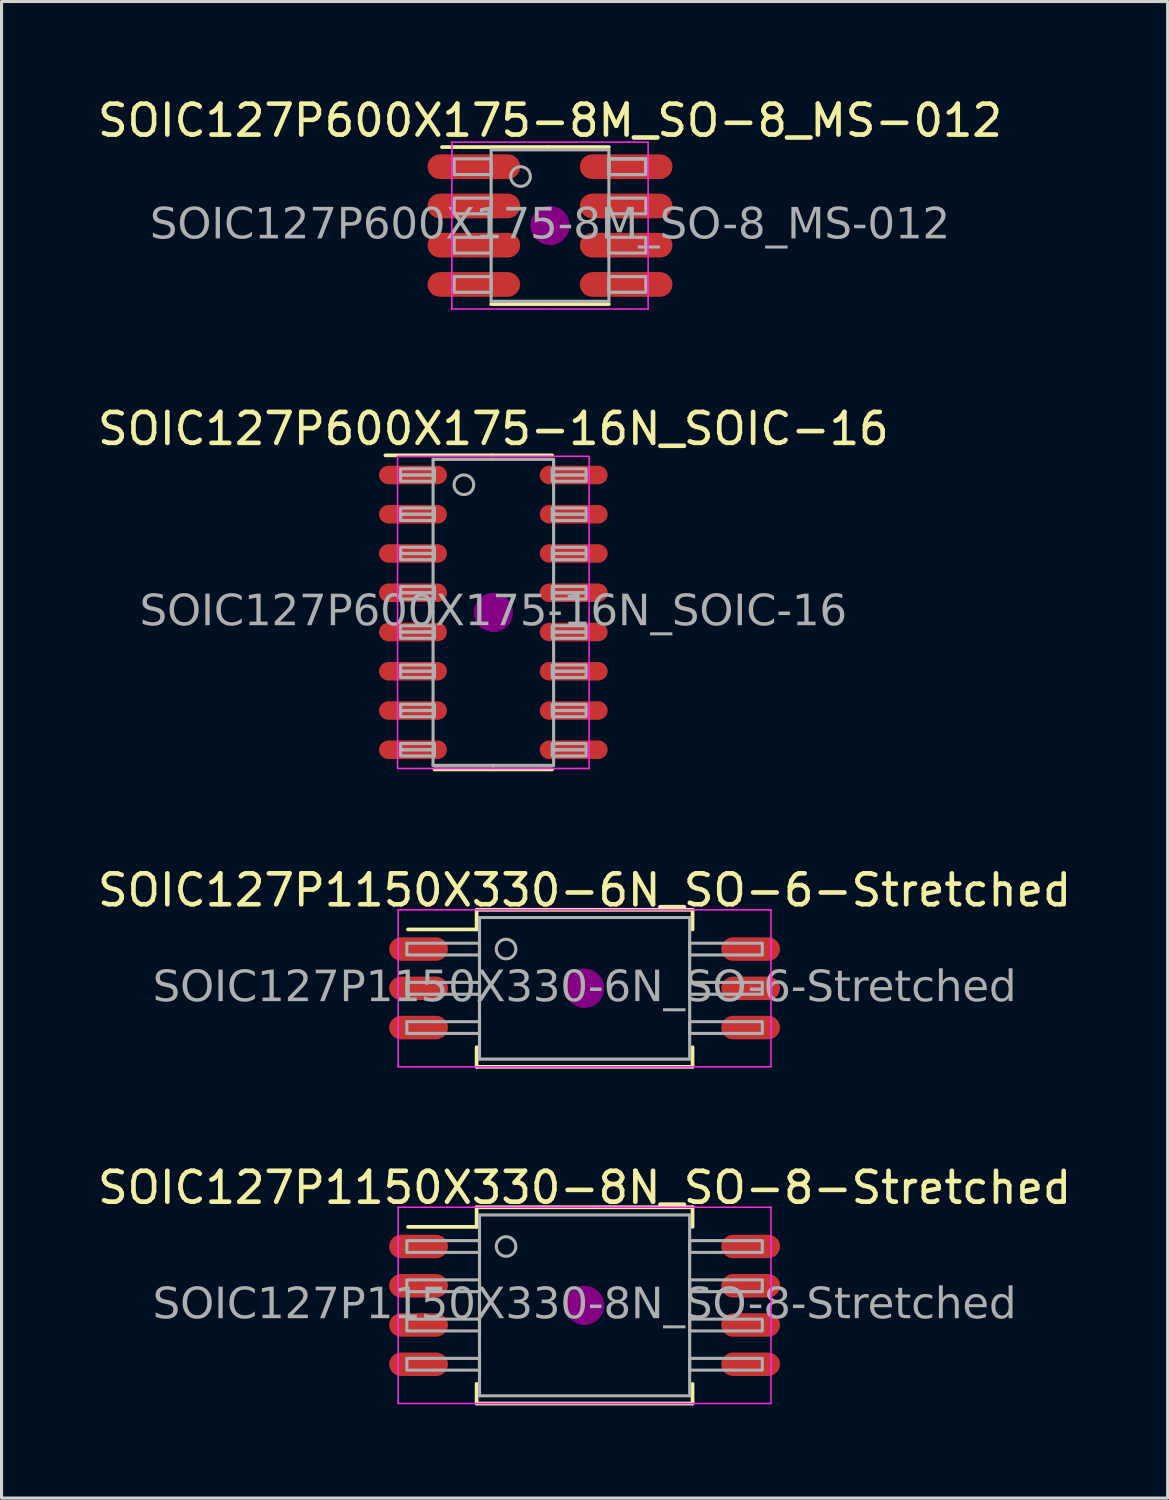
<source format=kicad_pcb>
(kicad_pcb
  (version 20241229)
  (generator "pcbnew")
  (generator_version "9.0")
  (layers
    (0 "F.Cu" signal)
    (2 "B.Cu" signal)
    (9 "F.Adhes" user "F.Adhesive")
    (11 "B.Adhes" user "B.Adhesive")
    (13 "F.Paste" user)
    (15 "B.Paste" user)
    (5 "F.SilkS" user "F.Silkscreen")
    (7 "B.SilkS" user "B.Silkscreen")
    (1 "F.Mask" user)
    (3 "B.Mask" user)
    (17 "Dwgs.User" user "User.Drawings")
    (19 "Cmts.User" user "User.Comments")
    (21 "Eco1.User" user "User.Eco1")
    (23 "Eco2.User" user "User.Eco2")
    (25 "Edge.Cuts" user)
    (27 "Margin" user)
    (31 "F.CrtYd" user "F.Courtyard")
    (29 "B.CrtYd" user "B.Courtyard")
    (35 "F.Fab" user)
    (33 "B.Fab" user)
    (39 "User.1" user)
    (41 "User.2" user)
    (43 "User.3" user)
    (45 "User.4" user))
  (footprint "SOIC127P600X175-16N_SOIC-16"
    (layer "F.Cu")
    (at 12.911 16.762)
    (property "Reference" "SOIC127P600X175-16N_SOIC-16" (at 0 -5.94 0) (layer "F.SilkS") (effects (font (size 1 1) (thickness 0.15))))
    (attr smd)
    (fp_line (start -0.043 -5.08) (end -3.493 -5.08) (stroke (width 0.12) (type solid)) (layer "F.SilkS"))
    (fp_line (start -0.043 -5.08) (end 1.905 -5.08) (stroke (width 0.12) (type solid)) (layer "F.SilkS"))
    (fp_line (start 0 5.08) (end -1.905 5.08) (stroke (width 0.12) (type solid)) (layer "F.SilkS"))
    (fp_line (start 0 5.08) (end 1.905 5.08) (stroke (width 0.12) (type solid)) (layer "F.SilkS"))
    (fp_circle (center 0 0) (end 0.635 0) (stroke (width 0) (type solid)) (fill yes) (layer "F.Adhes"))
    (fp_rect (start -3.1 -5.05) (end 3.1 5.05) (stroke (width 0.05) (type default)) (fill no) (layer "F.CrtYd"))
    (fp_line (start -1.95 0) (end -1.95 -4.95) (stroke (width 0.1) (type solid)) (layer "F.Fab"))
    (fp_line (start -1.95 0) (end -1.95 4.95) (stroke (width 0.1) (type solid)) (layer "F.Fab"))
    (fp_line (start 0 -4.95) (end -1.95 -4.95) (stroke (width 0.1) (type solid)) (layer "F.Fab"))
    (fp_line (start 0 -4.95) (end 1.95 -4.95) (stroke (width 0.1) (type solid)) (layer "F.Fab"))
    (fp_line (start 0 4.95) (end -1.95 4.95) (stroke (width 0.1) (type solid)) (layer "F.Fab"))
    (fp_line (start 0 4.95) (end 1.95 4.95) (stroke (width 0.1) (type solid)) (layer "F.Fab"))
    (fp_line (start 1.95 0) (end 1.95 -4.95) (stroke (width 0.1) (type solid)) (layer "F.Fab"))
    (fp_line (start 1.95 0) (end 1.95 4.95) (stroke (width 0.1) (type solid)) (layer "F.Fab"))
    (fp_rect (start -3 -4.647) (end -1.905 -4.445) (stroke (width 0.1) (type solid)) (fill no) (layer "F.Fab"))
    (fp_rect (start -3 -4.242) (end -1.905 -4.445) (stroke (width 0.1) (type solid)) (fill no) (layer "F.Fab"))
    (fp_rect (start -3 -3.377) (end -1.905 -3.175) (stroke (width 0.1) (type solid)) (fill no) (layer "F.Fab"))
    (fp_rect (start -3 -2.973) (end -1.905 -3.175) (stroke (width 0.1) (type solid)) (fill no) (layer "F.Fab"))
    (fp_rect (start -3 -2.107) (end -1.905 -1.905) (stroke (width 0.1) (type solid)) (fill no) (layer "F.Fab"))
    (fp_rect (start -3 -1.702) (end -1.905 -1.905) (stroke (width 0.1) (type solid)) (fill no) (layer "F.Fab"))
    (fp_rect (start -3 -0.838) (end -1.905 -0.635) (stroke (width 0.1) (type solid)) (fill no) (layer "F.Fab"))
    (fp_rect (start -3 -0.432) (end -1.905 -0.635) (stroke (width 0.1) (type solid)) (fill no) (layer "F.Fab"))
    (fp_rect (start -3 0.432) (end -1.905 0.635) (stroke (width 0.1) (type solid)) (fill no) (layer "F.Fab"))
    (fp_rect (start -3 0.838) (end -1.905 0.635) (stroke (width 0.1) (type solid)) (fill no) (layer "F.Fab"))
    (fp_rect (start -3 1.702) (end -1.905 1.905) (stroke (width 0.1) (type solid)) (fill no) (layer "F.Fab"))
    (fp_rect (start -3 2.107) (end -1.905 1.905) (stroke (width 0.1) (type solid)) (fill no) (layer "F.Fab"))
    (fp_rect (start -3 2.973) (end -1.905 3.175) (stroke (width 0.1) (type solid)) (fill no) (layer "F.Fab"))
    (fp_rect (start -3 3.377) (end -1.905 3.175) (stroke (width 0.1) (type solid)) (fill no) (layer "F.Fab"))
    (fp_rect (start -3 4.242) (end -1.905 4.445) (stroke (width 0.1) (type solid)) (fill no) (layer "F.Fab"))
    (fp_rect (start -3 4.647) (end -1.905 4.445) (stroke (width 0.1) (type solid)) (fill no) (layer "F.Fab"))
    (fp_rect (start 3 -4.647) (end 1.905 -4.445) (stroke (width 0.1) (type solid)) (fill no) (layer "F.Fab"))
    (fp_rect (start 3 -4.242) (end 1.905 -4.445) (stroke (width 0.1) (type solid)) (fill no) (layer "F.Fab"))
    (fp_rect (start 3 -3.377) (end 1.905 -3.175) (stroke (width 0.1) (type solid)) (fill no) (layer "F.Fab"))
    (fp_rect (start 3 -2.973) (end 1.905 -3.175) (stroke (width 0.1) (type solid)) (fill no) (layer "F.Fab"))
    (fp_rect (start 3 -2.107) (end 1.905 -1.905) (stroke (width 0.1) (type solid)) (fill no) (layer "F.Fab"))
    (fp_rect (start 3 -1.702) (end 1.905 -1.905) (stroke (width 0.1) (type solid)) (fill no) (layer "F.Fab"))
    (fp_rect (start 3 -0.838) (end 1.905 -0.635) (stroke (width 0.1) (type solid)) (fill no) (layer "F.Fab"))
    (fp_rect (start 3 -0.432) (end 1.905 -0.635) (stroke (width 0.1) (type solid)) (fill no) (layer "F.Fab"))
    (fp_rect (start 3 0.432) (end 1.905 0.635) (stroke (width 0.1) (type solid)) (fill no) (layer "F.Fab"))
    (fp_rect (start 3 0.838) (end 1.905 0.635) (stroke (width 0.1) (type solid)) (fill no) (layer "F.Fab"))
    (fp_rect (start 3 1.702) (end 1.905 1.905) (stroke (width 0.1) (type solid)) (fill no) (layer "F.Fab"))
    (fp_rect (start 3 2.107) (end 1.905 1.905) (stroke (width 0.1) (type solid)) (fill no) (layer "F.Fab"))
    (fp_rect (start 3 2.973) (end 1.905 3.175) (stroke (width 0.1) (type solid)) (fill no) (layer "F.Fab"))
    (fp_rect (start 3 3.377) (end 1.905 3.175) (stroke (width 0.1) (type solid)) (fill no) (layer "F.Fab"))
    (fp_rect (start 3 4.242) (end 1.905 4.445) (stroke (width 0.1) (type solid)) (fill no) (layer "F.Fab"))
    (fp_rect (start 3 4.647) (end 1.905 4.445) (stroke (width 0.1) (type solid)) (fill no) (layer "F.Fab"))
    (fp_circle (center -0.953 -4.128) (end -0.635 -4.128) (stroke (width 0.1) (type solid)) (fill no) (layer "F.Fab"))
    (fp_text user "${REFERENCE}" (at 0 0 0) (layer "F.Fab") (effects (font (face "Tahoma") (size 1 1) (thickness 0.15))))
    (pad "1" smd roundrect (at -2.6 -4.445) (size 2.2 0.6) (layers "F.Cu" "F.Mask" "F.Paste") (roundrect_rratio 0.5))
    (pad "2" smd roundrect (at -2.6 -3.175) (size 2.2 0.6) (layers "F.Cu" "F.Mask" "F.Paste") (roundrect_rratio 0.5))
    (pad "3" smd roundrect (at -2.6 -1.905) (size 2.2 0.6) (layers "F.Cu" "F.Mask" "F.Paste") (roundrect_rratio 0.5))
    (pad "4" smd roundrect (at -2.6 -0.635) (size 2.2 0.6) (layers "F.Cu" "F.Mask" "F.Paste") (roundrect_rratio 0.5))
    (pad "5" smd roundrect (at -2.6 0.635) (size 2.2 0.6) (layers "F.Cu" "F.Mask" "F.Paste") (roundrect_rratio 0.5))
    (pad "6" smd roundrect (at -2.6 1.905) (size 2.2 0.6) (layers "F.Cu" "F.Mask" "F.Paste") (roundrect_rratio 0.5))
    (pad "7" smd roundrect (at -2.6 3.175) (size 2.2 0.6) (layers "F.Cu" "F.Mask" "F.Paste") (roundrect_rratio 0.5))
    (pad "8" smd roundrect (at -2.6 4.445) (size 2.2 0.6) (layers "F.Cu" "F.Mask" "F.Paste") (roundrect_rratio 0.5))
    (pad "9" smd roundrect (at 2.6 4.445) (size 2.2 0.6) (layers "F.Cu" "F.Mask" "F.Paste") (roundrect_rratio 0.5))
    (pad "10" smd roundrect (at 2.6 3.175) (size 2.2 0.6) (layers "F.Cu" "F.Mask" "F.Paste") (roundrect_rratio 0.5))
    (pad "11" smd roundrect (at 2.6 1.905) (size 2.2 0.6) (layers "F.Cu" "F.Mask" "F.Paste") (roundrect_rratio 0.5))
    (pad "12" smd roundrect (at 2.6 0.635) (size 2.2 0.6) (layers "F.Cu" "F.Mask" "F.Paste") (roundrect_rratio 0.5))
    (pad "13" smd roundrect (at 2.6 -0.635) (size 2.2 0.6) (layers "F.Cu" "F.Mask" "F.Paste") (roundrect_rratio 0.5))
    (pad "14" smd roundrect (at 2.6 -1.905) (size 2.2 0.6) (layers "F.Cu" "F.Mask" "F.Paste") (roundrect_rratio 0.5))
    (pad "15" smd roundrect (at 2.6 -3.175) (size 2.2 0.6) (layers "F.Cu" "F.Mask" "F.Paste") (roundrect_rratio 0.5))
    (pad "16" smd roundrect (at 2.6 -4.445) (size 2.2 0.6) (layers "F.Cu" "F.Mask" "F.Paste") (roundrect_rratio 0.5)))
  (footprint "SOIC127P1150X330-8N_SO-8-Stretched"
    (layer "F.Cu")
    (at 15.863 39.183)
    (property "Reference" "SOIC127P1150X330-8N_SO-8-Stretched" (at 0 -3.81 0) (layer "F.SilkS") (effects (font (size 1 1) (thickness 0.15))))
    (attr smd)
    (fp_line (start -3.493 -2.54) (end -5.715 -2.54) (stroke (width 0.12) (type solid)) (layer "F.SilkS"))
    (fp_line (start -3.493 -2.54) (end -3.493 -3.175) (stroke (width 0.12) (type solid)) (layer "F.SilkS"))
    (fp_line (start -3.493 3.175) (end -3.493 2.54) (stroke (width 0.12) (type solid)) (layer "F.SilkS"))
    (fp_line (start -3.493 3.175) (end 3.493 3.175) (stroke (width 0.12) (type solid)) (layer "F.SilkS"))
    (fp_line (start 3.493 -3.175) (end -3.493 -3.175) (stroke (width 0.12) (type solid)) (layer "F.SilkS"))
    (fp_line (start 3.493 -2.54) (end 3.493 -3.175) (stroke (width 0.12) (type solid)) (layer "F.SilkS"))
    (fp_line (start 3.493 3.175) (end 3.493 2.54) (stroke (width 0.12) (type solid)) (layer "F.SilkS"))
    (fp_circle (center 0 0) (end 0.635 0) (stroke (width 0) (type solid)) (fill yes) (layer "F.Adhes"))
    (fp_line (start -6.032 -3.175) (end -6.032 3.175) (stroke (width 0.05) (type solid)) (layer "F.CrtYd"))
    (fp_line (start -6.032 3.175) (end 6.032 3.175) (stroke (width 0.05) (type solid)) (layer "F.CrtYd"))
    (fp_line (start 6.032 -3.175) (end -6.032 -3.175) (stroke (width 0.05) (type solid)) (layer "F.CrtYd"))
    (fp_line (start 6.032 3.175) (end 6.032 -3.175) (stroke (width 0.05) (type solid)) (layer "F.CrtYd"))
    (fp_line (start -3.4 -2.925) (end 3.4 -2.925) (stroke (width 0.1) (type solid)) (layer "F.Fab"))
    (fp_line (start -3.4 2.925) (end -3.4 -2.925) (stroke (width 0.1) (type solid)) (layer "F.Fab"))
    (fp_line (start -3.4 2.925) (end 3.4 2.925) (stroke (width 0.1) (type solid)) (layer "F.Fab"))
    (fp_line (start 3.4 2.925) (end 3.4 -2.925) (stroke (width 0.1) (type solid)) (layer "F.Fab"))
    (fp_rect (start -5.75 -2.095) (end -3.4 -1.714) (stroke (width 0.1) (type solid)) (fill no) (layer "F.Fab"))
    (fp_rect (start -5.75 -0.826) (end -3.4 -0.445) (stroke (width 0.1) (type solid)) (fill no) (layer "F.Fab"))
    (fp_rect (start -5.75 0.445) (end -3.4 0.826) (stroke (width 0.1) (type solid)) (fill no) (layer "F.Fab"))
    (fp_rect (start -5.75 1.714) (end -3.4 2.095) (stroke (width 0.1) (type solid)) (fill no) (layer "F.Fab"))
    (fp_rect (start 3.4 -1.714) (end 5.75 -2.095) (stroke (width 0.1) (type solid)) (fill no) (layer "F.Fab"))
    (fp_rect (start 3.4 -0.445) (end 5.75 -0.826) (stroke (width 0.1) (type solid)) (fill no) (layer "F.Fab"))
    (fp_rect (start 3.4 0.826) (end 5.75 0.445) (stroke (width 0.1) (type solid)) (fill no) (layer "F.Fab"))
    (fp_rect (start 3.4 2.095) (end 5.75 1.714) (stroke (width 0.1) (type solid)) (fill no) (layer "F.Fab"))
    (fp_circle (center -2.54 -1.905) (end -2.223 -1.905) (stroke (width 0.1) (type solid)) (fill no) (layer "F.Fab"))
    (fp_text user "${REFERENCE}" (at 0 0 0) (layer "F.Fab") (effects (font (face "Tahoma") (size 1 1) (thickness 0.15))))
    (pad "1" smd roundrect (at -5.372 -1.905) (size 1.905 0.76) (layers "F.Cu" "F.Mask" "F.Paste") (roundrect_rratio 0.5))
    (pad "2" smd roundrect (at -5.372 -0.635) (size 1.905 0.76) (layers "F.Cu" "F.Mask" "F.Paste") (roundrect_rratio 0.5))
    (pad "3" smd roundrect (at -5.372 0.635) (size 1.905 0.76) (layers "F.Cu" "F.Mask" "F.Paste") (roundrect_rratio 0.5))
    (pad "4" smd roundrect (at -5.372 1.905) (size 1.905 0.76) (layers "F.Cu" "F.Mask" "F.Paste") (roundrect_rratio 0.5))
    (pad "5" smd roundrect (at 5.372 1.905) (size 1.905 0.76) (layers "F.Cu" "F.Mask" "F.Paste") (roundrect_rratio 0.5))
    (pad "6" smd roundrect (at 5.372 0.635) (size 1.905 0.76) (layers "F.Cu" "F.Mask" "F.Paste") (roundrect_rratio 0.5))
    (pad "7" smd roundrect (at 5.372 -0.635) (size 1.905 0.76) (layers "F.Cu" "F.Mask" "F.Paste") (roundrect_rratio 0.5))
    (pad "8" smd roundrect (at 5.372 -1.905) (size 1.905 0.76) (layers "F.Cu" "F.Mask" "F.Paste") (roundrect_rratio 0.5)))
  (footprint "SOIC127P600X175-8M_SO-8_MS-012"
    (layer "F.Cu")
    (at 14.744 4.248)
    (property "Reference" "SOIC127P600X175-8M_SO-8_MS-012" (at 0 -3.4 0) (layer "F.SilkS") (effects (font (size 1 1) (thickness 0.15))))
    (attr smd)
    (fp_line (start -0.043 -2.54) (end -3.493 -2.54) (stroke (width 0.12) (type solid)) (layer "F.SilkS"))
    (fp_line (start -0.043 -2.54) (end 1.905 -2.54) (stroke (width 0.12) (type solid)) (layer "F.SilkS"))
    (fp_line (start 0 2.54) (end -1.905 2.54) (stroke (width 0.12) (type solid)) (layer "F.SilkS"))
    (fp_line (start 0 2.54) (end 1.905 2.54) (stroke (width 0.12) (type solid)) (layer "F.SilkS"))
    (fp_circle (center 0 0) (end 0.635 0) (stroke (width 0) (type solid)) (fill yes) (layer "F.Adhes"))
    (fp_line (start -3.175 -2.7) (end -3.175 2.7) (stroke (width 0.05) (type solid)) (layer "F.CrtYd"))
    (fp_line (start -3.175 2.7) (end 3.175 2.7) (stroke (width 0.05) (type solid)) (layer "F.CrtYd"))
    (fp_line (start 3.175 -2.7) (end -3.175 -2.7) (stroke (width 0.05) (type solid)) (layer "F.CrtYd"))
    (fp_line (start 3.175 2.7) (end 3.175 -2.7) (stroke (width 0.05) (type solid)) (layer "F.CrtYd"))
    (fp_line (start -1.905 -2.45) (end 1.905 -2.45) (stroke (width 0.1) (type solid)) (layer "F.Fab"))
    (fp_line (start -1.905 2.45) (end -1.905 -2.45) (stroke (width 0.1) (type solid)) (layer "F.Fab"))
    (fp_line (start -1.905 2.45) (end 1.905 2.45) (stroke (width 0.1) (type solid)) (layer "F.Fab"))
    (fp_line (start 1.905 2.45) (end 1.905 -2.45) (stroke (width 0.1) (type solid)) (layer "F.Fab"))
    (fp_rect (start -3.099 -2.159) (end -1.905 -1.651) (stroke (width 0.1) (type solid)) (fill no) (layer "F.Fab"))
    (fp_rect (start -3.099 -0.889) (end -1.905 -0.381) (stroke (width 0.1) (type solid)) (fill no) (layer "F.Fab"))
    (fp_rect (start -3.099 0.381) (end -1.905 0.889) (stroke (width 0.1) (type solid)) (fill no) (layer "F.Fab"))
    (fp_rect (start -3.099 1.651) (end -1.905 2.159) (stroke (width 0.1) (type solid)) (fill no) (layer "F.Fab"))
    (fp_rect (start 3.099 -1.651) (end 1.905 -2.159) (stroke (width 0.1) (type solid)) (fill no) (layer "F.Fab"))
    (fp_rect (start 3.099 -1.651) (end 1.905 -2.159) (stroke (width 0.1) (type solid)) (fill no) (layer "F.Fab"))
    (fp_rect (start 3.099 -1.651) (end 1.905 -2.159) (stroke (width 0.1) (type solid)) (fill no) (layer "F.Fab"))
    (fp_rect (start 3.099 -0.381) (end 1.905 -0.889) (stroke (width 0.1) (type solid)) (fill no) (layer "F.Fab"))
    (fp_rect (start 3.099 0.889) (end 1.905 0.381) (stroke (width 0.1) (type solid)) (fill no) (layer "F.Fab"))
    (fp_rect (start 3.099 2.159) (end 1.905 1.651) (stroke (width 0.1) (type solid)) (fill no) (layer "F.Fab"))
    (fp_circle (center -0.953 -1.587) (end -0.635 -1.587) (stroke (width 0.1) (type solid)) (fill no) (layer "F.Fab"))
    (fp_text user "${REFERENCE}" (at 0 0 0) (layer "F.Fab") (effects (font (face "Tahoma") (size 1 1) (thickness 0.15))))
    (pad "1" smd roundrect (at -2.464 -1.905) (size 3 0.8) (layers "F.Cu" "F.Mask" "F.Paste") (roundrect_rratio 0.5))
    (pad "2" smd roundrect (at -2.464 -0.635) (size 3 0.8) (layers "F.Cu" "F.Mask" "F.Paste") (roundrect_rratio 0.5))
    (pad "3" smd roundrect (at -2.464 0.635) (size 3 0.8) (layers "F.Cu" "F.Mask" "F.Paste") (roundrect_rratio 0.5))
    (pad "4" smd roundrect (at -2.464 1.905) (size 3 0.8) (layers "F.Cu" "F.Mask" "F.Paste") (roundrect_rratio 0.5))
    (pad "5" smd roundrect (at 2.464 1.905) (size 3 0.8) (layers "F.Cu" "F.Mask" "F.Paste") (roundrect_rratio 0.5))
    (pad "6" smd roundrect (at 2.464 0.635) (size 3 0.8) (layers "F.Cu" "F.Mask" "F.Paste") (roundrect_rratio 0.5))
    (pad "7" smd roundrect (at 2.464 -0.635) (size 3 0.8) (layers "F.Cu" "F.Mask" "F.Paste") (roundrect_rratio 0.5))
    (pad "8" smd roundrect (at 2.464 -1.905) (size 3 0.8) (layers "F.Cu" "F.Mask" "F.Paste") (roundrect_rratio 0.5)))
  (footprint "SOIC127P1150X330-6N_SO-6-Stretched"
    (layer "F.Cu")
    (at 15.863 28.925)
    (property "Reference" "SOIC127P1150X330-6N_SO-6-Stretched" (at 0 -3.175 0) (layer "F.SilkS") (effects (font (size 1 1) (thickness 0.15))))
    (attr smd)
    (fp_line (start -3.493 -1.905) (end -5.715 -1.905) (stroke (width 0.12) (type solid)) (layer "F.SilkS"))
    (fp_line (start -3.493 -1.905) (end -3.493 -2.54) (stroke (width 0.12) (type solid)) (layer "F.SilkS"))
    (fp_line (start -3.493 2.54) (end -3.493 1.905) (stroke (width 0.12) (type solid)) (layer "F.SilkS"))
    (fp_line (start -3.493 2.54) (end 3.493 2.54) (stroke (width 0.12) (type solid)) (layer "F.SilkS"))
    (fp_line (start 3.493 -2.54) (end -3.493 -2.54) (stroke (width 0.12) (type solid)) (layer "F.SilkS"))
    (fp_line (start 3.493 -1.905) (end 3.493 -2.54) (stroke (width 0.12) (type solid)) (layer "F.SilkS"))
    (fp_line (start 3.493 2.54) (end 3.493 1.905) (stroke (width 0.12) (type solid)) (layer "F.SilkS"))
    (fp_circle (center 0 0) (end 0.635 0) (stroke (width 0) (type solid)) (fill yes) (layer "F.Adhes"))
    (fp_line (start -6.032 -2.54) (end -6.032 2.54) (stroke (width 0.05) (type solid)) (layer "F.CrtYd"))
    (fp_line (start -6.032 2.54) (end 6.032 2.54) (stroke (width 0.05) (type solid)) (layer "F.CrtYd"))
    (fp_line (start 6.032 -2.54) (end -6.032 -2.54) (stroke (width 0.05) (type solid)) (layer "F.CrtYd"))
    (fp_line (start 6.032 2.54) (end 6.032 -2.54) (stroke (width 0.05) (type solid)) (layer "F.CrtYd"))
    (fp_line (start -3.4 -2.29) (end 3.4 -2.29) (stroke (width 0.1) (type solid)) (layer "F.Fab"))
    (fp_line (start -3.4 2.29) (end -3.4 -2.29) (stroke (width 0.1) (type solid)) (layer "F.Fab"))
    (fp_line (start -3.4 2.29) (end 3.4 2.29) (stroke (width 0.1) (type solid)) (layer "F.Fab"))
    (fp_line (start 3.4 2.29) (end 3.4 -2.29) (stroke (width 0.1) (type solid)) (layer "F.Fab"))
    (fp_rect (start -5.75 -1.46) (end -3.4 -1.079) (stroke (width 0.1) (type solid)) (fill no) (layer "F.Fab"))
    (fp_rect (start -5.75 -0.191) (end -3.4 0.191) (stroke (width 0.1) (type solid)) (fill no) (layer "F.Fab"))
    (fp_rect (start -5.75 1.079) (end -3.4 1.46) (stroke (width 0.1) (type solid)) (fill no) (layer "F.Fab"))
    (fp_rect (start 3.4 -1.079) (end 5.75 -1.46) (stroke (width 0.1) (type solid)) (fill no) (layer "F.Fab"))
    (fp_rect (start 3.4 0.191) (end 5.75 -0.191) (stroke (width 0.1) (type solid)) (fill no) (layer "F.Fab"))
    (fp_rect (start 3.4 1.46) (end 5.75 1.079) (stroke (width 0.1) (type solid)) (fill no) (layer "F.Fab"))
    (fp_circle (center -2.54 -1.27) (end -2.223 -1.27) (stroke (width 0.1) (type solid)) (fill no) (layer "F.Fab"))
    (fp_text user "${REFERENCE}" (at 0 0 0) (layer "F.Fab") (effects (font (face "Tahoma") (size 1 1) (thickness 0.15))))
    (pad "1" smd roundrect (at -5.372 -1.27) (size 1.905 0.76) (layers "F.Cu" "F.Mask" "F.Paste") (roundrect_rratio 0.5))
    (pad "2" smd roundrect (at -5.372 0) (size 1.905 0.76) (layers "F.Cu" "F.Mask" "F.Paste") (roundrect_rratio 0.5))
    (pad "3" smd roundrect (at -5.372 1.27) (size 1.905 0.76) (layers "F.Cu" "F.Mask" "F.Paste") (roundrect_rratio 0.5))
    (pad "4" smd roundrect (at 5.372 1.27) (size 1.905 0.76) (layers "F.Cu" "F.Mask" "F.Paste") (roundrect_rratio 0.5))
    (pad "5" smd roundrect (at 5.372 0) (size 1.905 0.76) (layers "F.Cu" "F.Mask" "F.Paste") (roundrect_rratio 0.5))
    (pad "6" smd roundrect (at 5.372 -1.27) (size 1.905 0.76) (layers "F.Cu" "F.Mask" "F.Paste") (roundrect_rratio 0.5)))
  (gr_rect
    (start -3 -3)
    (end 34.726 45.418)
    (stroke (width 0.1) (type default))
    (fill no)
    (layer "Edge.Cuts")))
</source>
